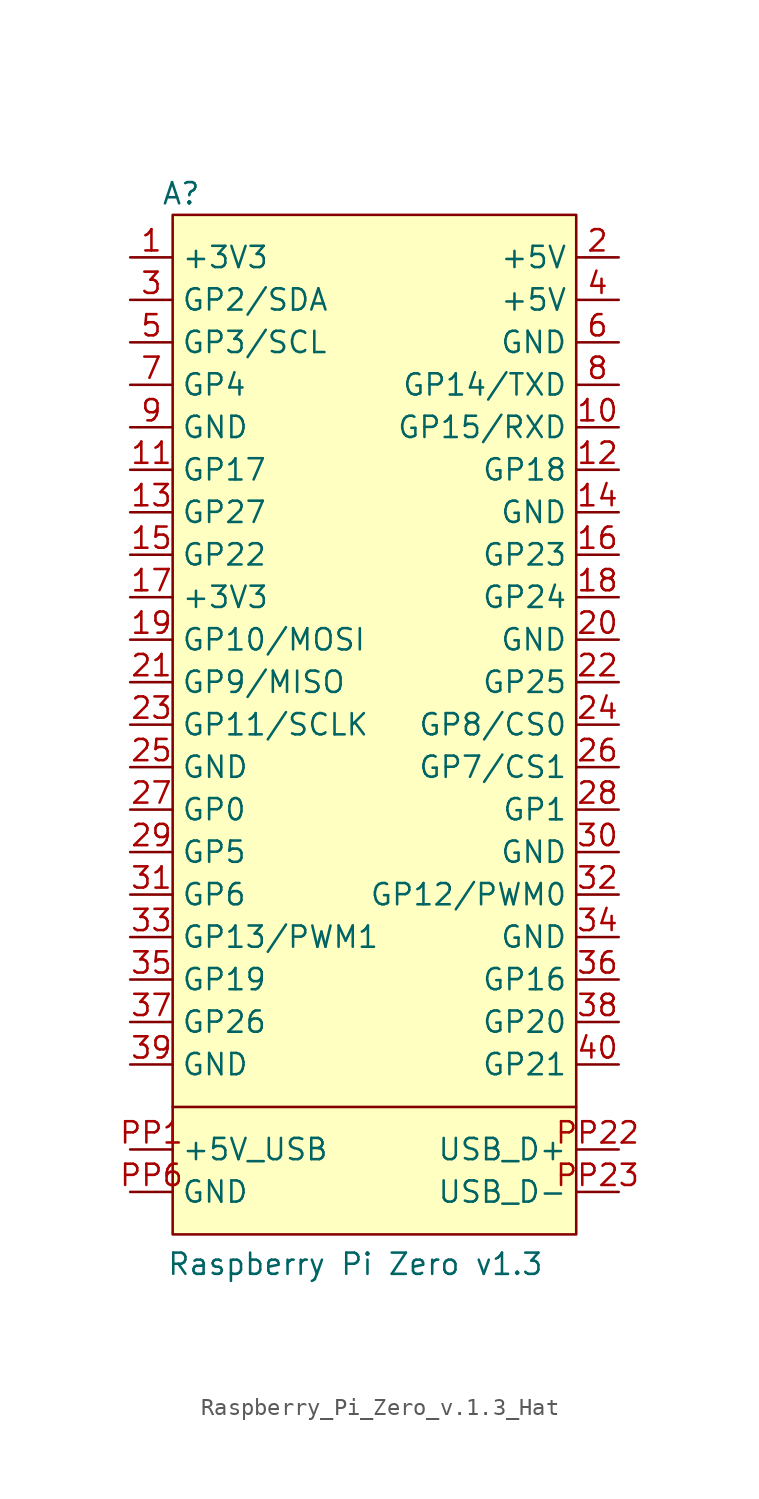
<source format=kicad_sym>
(kicad_symbol_lib
  (version 20241209)
  (generator "kicad_symbol_editor")
  (generator_version "9.0")
  (symbol "Raspberry_Pi_Zero_v.1.3_Hat"
    (property "Reference" "A"
      (at 3.048 3.81 0)
      (effects (font (size 1.27 1.27))))
    (property "Value" "Raspberry Pi Zero v1.3"
      (at 13.462 -60.198 0)
      (effects (font (size 1.27 1.27))))
    (symbol "Raspberry_Pi_Zero_v.1.3_Hat_1_1"
      (rectangle (start 2.54 2.54) (end 26.67 -58.42) (stroke (width 0) (type default)) (fill (type background)))
      (polyline (pts (xy 2.54 -50.8) (xy 26.67 -50.8)) (stroke (width 0) (type default)) (fill (type none)))
      (pin power_out line (at 0 0 0) (length 2.54) (name "+3V3" (effects (font (size 1.27 1.27)))) (number "1" (effects (font (size 1.27 1.27)))))
      (pin input line (at 0 -2.54 0) (length 2.54) (name "GP2/SDA" (effects (font (size 1.27 1.27)))) (number "3" (effects (font (size 1.27 1.27)))))
      (pin input line (at 0 -5.08 0) (length 2.54) (name "GP3/SCL" (effects (font (size 1.27 1.27)))) (number "5" (effects (font (size 1.27 1.27)))))
      (pin input line (at 0 -7.62 0) (length 2.54) (name "GP4" (effects (font (size 1.27 1.27)))) (number "7" (effects (font (size 1.27 1.27)))))
      (pin input line (at 0 -10.16 0) (length 2.54) (name "GND" (effects (font (size 1.27 1.27)))) (number "9" (effects (font (size 1.27 1.27)))))
      (pin input line (at 0 -12.7 0) (length 2.54) (name "GP17" (effects (font (size 1.27 1.27)))) (number "11" (effects (font (size 1.27 1.27)))))
      (pin input line (at 0 -15.24 0) (length 2.54) (name "GP27" (effects (font (size 1.27 1.27)))) (number "13" (effects (font (size 1.27 1.27)))))
      (pin input line (at 0 -17.78 0) (length 2.54) (name "GP22" (effects (font (size 1.27 1.27)))) (number "15" (effects (font (size 1.27 1.27)))))
      (pin input line (at 0 -20.32 0) (length 2.54) (name "+3V3" (effects (font (size 1.27 1.27)))) (number "17" (effects (font (size 1.27 1.27)))))
      (pin bidirectional line (at 0 -22.86 0) (length 2.54) (name "GP10/MOSI" (effects (font (size 1.27 1.27)))) (number "19" (effects (font (size 1.27 1.27)))))
      (pin bidirectional line (at 0 -25.4 0) (length 2.54) (name "GP9/MISO" (effects (font (size 1.27 1.27)))) (number "21" (effects (font (size 1.27 1.27)))))
      (pin bidirectional line (at 0 -27.94 0) (length 2.54) (name "GP11/SCLK" (effects (font (size 1.27 1.27)))) (number "23" (effects (font (size 1.27 1.27)))))
      (pin input line (at 0 -30.48 0) (length 2.54) (name "GND" (effects (font (size 1.27 1.27)))) (number "25" (effects (font (size 1.27 1.27)))))
      (pin input line (at 0 -33.02 0) (length 2.54) (name "GP0" (effects (font (size 1.27 1.27)))) (number "27" (effects (font (size 1.27 1.27)))))
      (pin input line (at 0 -35.56 0) (length 2.54) (name "GP5" (effects (font (size 1.27 1.27)))) (number "29" (effects (font (size 1.27 1.27)))))
      (pin input line (at 0 -38.1 0) (length 2.54) (name "GP6" (effects (font (size 1.27 1.27)))) (number "31" (effects (font (size 1.27 1.27)))))
      (pin input line (at 0 -40.64 0) (length 2.54) (name "GP13/PWM1" (effects (font (size 1.27 1.27)))) (number "33" (effects (font (size 1.27 1.27)))))
      (pin input line (at 0 -43.18 0) (length 2.54) (name "GP19" (effects (font (size 1.27 1.27)))) (number "35" (effects (font (size 1.27 1.27)))))
      (pin input line (at 0 -45.72 0) (length 2.54) (name "GP26" (effects (font (size 1.27 1.27)))) (number "37" (effects (font (size 1.27 1.27)))))
      (pin input line (at 0 -48.26 0) (length 2.54) (name "GND" (effects (font (size 1.27 1.27)))) (number "39" (effects (font (size 1.27 1.27)))))
      (pin input line (at 0 -53.34 0) (length 2.54) (name "+5V_USB" (effects (font (size 1.27 1.27)))) (number "PP1" (effects (font (size 1.27 1.27)))))
      (pin input line (at 0 -55.88 0) (length 2.54) (name "GND" (effects (font (size 1.27 1.27)))) (number "PP6" (effects (font (size 1.27 1.27)))))
      (pin power_in line (at 29.21 0 180) (length 2.54) (name "+5V" (effects (font (size 1.27 1.27)))) (number "2" (effects (font (size 1.27 1.27)))))
      (pin power_in line (at 29.21 -2.54 180) (length 2.54) (name "+5V" (effects (font (size 1.27 1.27)))) (number "4" (effects (font (size 1.27 1.27)))))
      (pin power_in line (at 29.21 -5.08 180) (length 2.54) (name "GND" (effects (font (size 1.27 1.27)))) (number "6" (effects (font (size 1.27 1.27)))))
      (pin bidirectional line (at 29.21 -7.62 180) (length 2.54) (name "GP14/TXD" (effects (font (size 1.27 1.27)))) (number "8" (effects (font (size 1.27 1.27)))))
      (pin bidirectional line (at 29.21 -10.16 180) (length 2.54) (name "GP15/RXD" (effects (font (size 1.27 1.27)))) (number "10" (effects (font (size 1.27 1.27)))))
      (pin input line (at 29.21 -12.7 180) (length 2.54) (name "GP18" (effects (font (size 1.27 1.27)))) (number "12" (effects (font (size 1.27 1.27)))))
      (pin input line (at 29.21 -15.24 180) (length 2.54) (name "GND" (effects (font (size 1.27 1.27)))) (number "14" (effects (font (size 1.27 1.27)))))
      (pin input line (at 29.21 -17.78 180) (length 2.54) (name "GP23" (effects (font (size 1.27 1.27)))) (number "16" (effects (font (size 1.27 1.27)))))
      (pin input line (at 29.21 -20.32 180) (length 2.54) (name "GP24" (effects (font (size 1.27 1.27)))) (number "18" (effects (font (size 1.27 1.27)))))
      (pin input line (at 29.21 -22.86 180) (length 2.54) (name "GND" (effects (font (size 1.27 1.27)))) (number "20" (effects (font (size 1.27 1.27)))))
      (pin input line (at 29.21 -25.4 180) (length 2.54) (name "GP25" (effects (font (size 1.27 1.27)))) (number "22" (effects (font (size 1.27 1.27)))))
      (pin bidirectional line (at 29.21 -27.94 180) (length 2.54) (name "GP8/CS0" (effects (font (size 1.27 1.27)))) (number "24" (effects (font (size 1.27 1.27)))))
      (pin bidirectional line (at 29.21 -30.48 180) (length 2.54) (name "GP7/CS1" (effects (font (size 1.27 1.27)))) (number "26" (effects (font (size 1.27 1.27)))))
      (pin input line (at 29.21 -33.02 180) (length 2.54) (name "GP1" (effects (font (size 1.27 1.27)))) (number "28" (effects (font (size 1.27 1.27)))))
      (pin input line (at 29.21 -35.56 180) (length 2.54) (name "GND" (effects (font (size 1.27 1.27)))) (number "30" (effects (font (size 1.27 1.27)))))
      (pin input line (at 29.21 -38.1 180) (length 2.54) (name "GP12/PWM0" (effects (font (size 1.27 1.27)))) (number "32" (effects (font (size 1.27 1.27)))))
      (pin input line (at 29.21 -40.64 180) (length 2.54) (name "GND" (effects (font (size 1.27 1.27)))) (number "34" (effects (font (size 1.27 1.27)))))
      (pin bidirectional line (at 29.21 -43.18 180) (length 2.54) (name "GP16" (effects (font (size 1.27 1.27)))) (number "36" (effects (font (size 1.27 1.27)))))
      (pin bidirectional line (at 29.21 -45.72 180) (length 2.54) (name "GP20" (effects (font (size 1.27 1.27)))) (number "38" (effects (font (size 1.27 1.27)))))
      (pin bidirectional line (at 29.21 -48.26 180) (length 2.54) (name "GP21" (effects (font (size 1.27 1.27)))) (number "40" (effects (font (size 1.27 1.27)))))
      (pin input line (at 29.21 -53.34 180) (length 2.54) (name "USB_D+" (effects (font (size 1.27 1.27)))) (number "PP22" (effects (font (size 1.27 1.27)))))
      (pin input line (at 29.21 -55.88 180) (length 2.54) (name "USB_D-" (effects (font (size 1.27 1.27)))) (number "PP23" (effects (font (size 1.27 1.27))))))))
</source>
